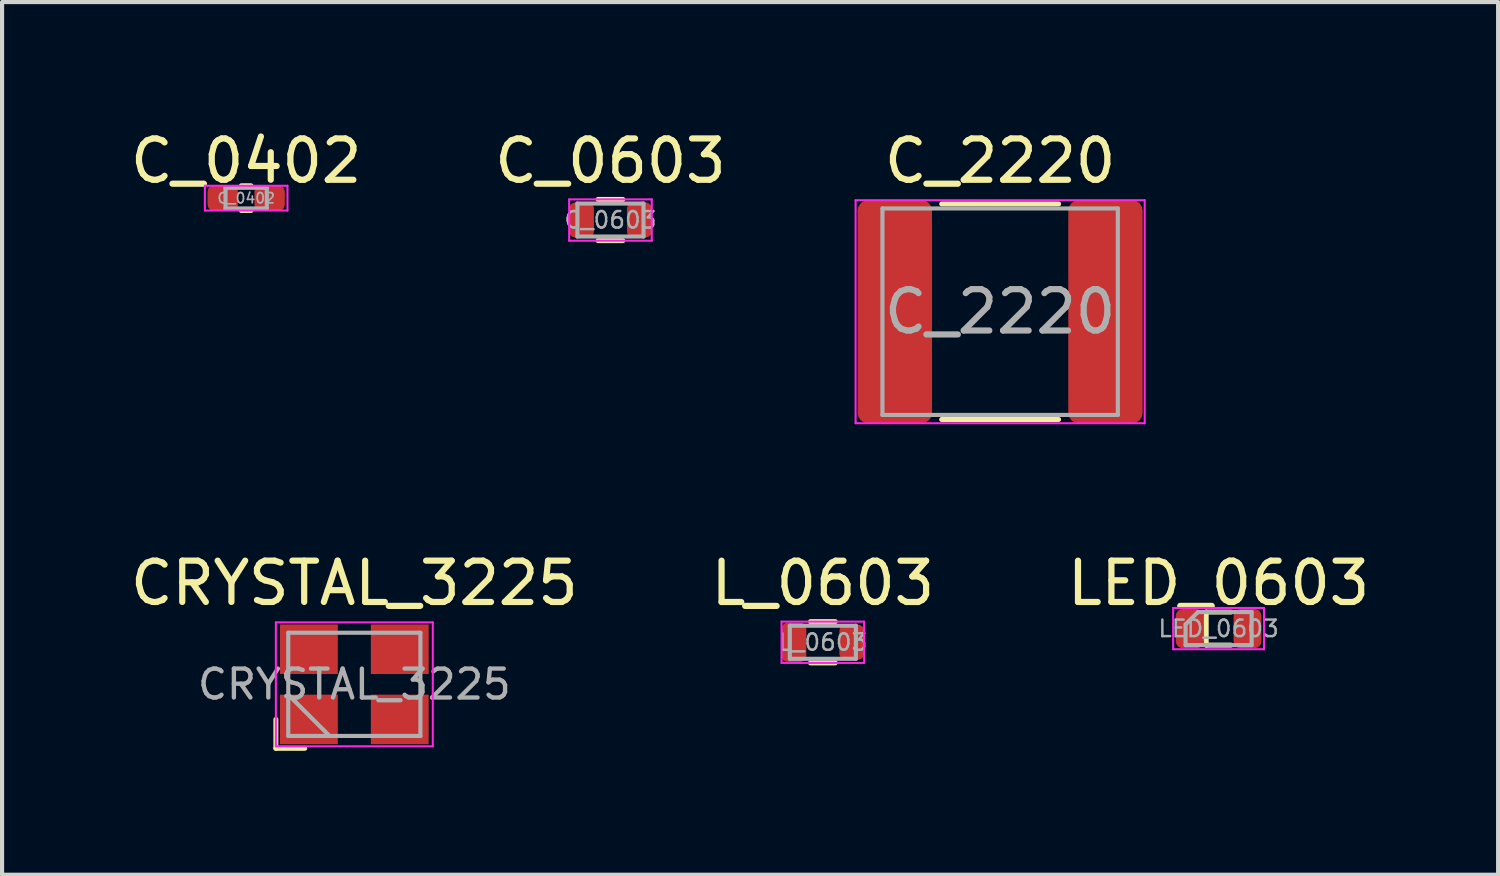
<source format=kicad_pcb>
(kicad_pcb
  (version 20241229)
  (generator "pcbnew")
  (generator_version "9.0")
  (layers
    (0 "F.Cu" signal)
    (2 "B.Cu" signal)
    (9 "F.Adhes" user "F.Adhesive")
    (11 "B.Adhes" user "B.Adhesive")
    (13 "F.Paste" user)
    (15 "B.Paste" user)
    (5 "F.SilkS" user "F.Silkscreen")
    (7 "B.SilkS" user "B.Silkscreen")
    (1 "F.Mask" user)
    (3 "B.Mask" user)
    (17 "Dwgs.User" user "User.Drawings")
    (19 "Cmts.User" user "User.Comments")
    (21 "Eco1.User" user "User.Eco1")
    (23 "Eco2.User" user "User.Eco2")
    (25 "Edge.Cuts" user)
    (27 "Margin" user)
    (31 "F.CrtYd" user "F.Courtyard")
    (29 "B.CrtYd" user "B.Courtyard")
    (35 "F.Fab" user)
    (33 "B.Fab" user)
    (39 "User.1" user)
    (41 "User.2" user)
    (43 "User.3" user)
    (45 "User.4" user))
  (footprint "C_0603"
    (layer "F.Cu")
    (at 11.732 2.278)
    (property "Reference" "C_0603" (at 0 -1.43 0) (layer "F.SilkS") (effects (font (size 1 1) (thickness 0.15))))
    (attr smd)
    (fp_line (start -0.3 -0.5) (end 0.3 -0.5) (stroke (width 0.12) (type solid)) (layer "F.SilkS"))
    (fp_line (start -0.3 0.5) (end 0.3 0.5) (stroke (width 0.12) (type solid)) (layer "F.SilkS"))
    (fp_line (start -1 -0.5) (end 1 -0.5) (stroke (width 0.05) (type solid)) (layer "F.CrtYd"))
    (fp_line (start -1 0.5) (end -1 -0.5) (stroke (width 0.05) (type solid)) (layer "F.CrtYd"))
    (fp_line (start 1 -0.5) (end 1 0.5) (stroke (width 0.05) (type solid)) (layer "F.CrtYd"))
    (fp_line (start 1 0.5) (end -1 0.5) (stroke (width 0.05) (type solid)) (layer "F.CrtYd"))
    (fp_line (start -0.8 -0.4) (end 0.8 -0.4) (stroke (width 0.1) (type solid)) (layer "F.Fab"))
    (fp_line (start -0.8 0.4) (end -0.8 -0.4) (stroke (width 0.1) (type solid)) (layer "F.Fab"))
    (fp_line (start 0.8 -0.4) (end 0.8 0.4) (stroke (width 0.1) (type solid)) (layer "F.Fab"))
    (fp_line (start 0.8 0.4) (end -0.8 0.4) (stroke (width 0.1) (type solid)) (layer "F.Fab"))
    (fp_text user "${REFERENCE}" (at 0 0 0) (layer "F.Fab") (effects (font (size 0.4 0.4) (thickness 0.06))))
    (pad "1" smd roundrect (at -0.7 0) (size 0.6 0.85) (layers "F.Cu" "F.Mask" "F.Paste") (roundrect_rratio 0.25))
    (pad "2" smd roundrect (at 0.7 0) (size 0.6 0.85) (layers "F.Cu" "F.Mask" "F.Paste") (roundrect_rratio 0.25)))
  (footprint "CRYSTAL_3225"
    (layer "F.Cu")
    (at 5.53 13.521)
    (property "Reference" "CRYSTAL_3225" (at 0 -2.45 0) (layer "F.SilkS") (effects (font (size 1 1) (thickness 0.15))))
    (attr smd)
    (fp_line (start -1.9 0.85) (end -1.9 1.55) (stroke (width 0.12) (type solid)) (layer "F.SilkS"))
    (fp_line (start -1.9 1.55) (end -1.2 1.55) (stroke (width 0.12) (type solid)) (layer "F.SilkS"))
    (fp_line (start -1.9 -1.5) (end -1.9 1.5) (stroke (width 0.05) (type solid)) (layer "F.CrtYd"))
    (fp_line (start -1.9 1.5) (end 1.9 1.5) (stroke (width 0.05) (type solid)) (layer "F.CrtYd"))
    (fp_line (start 1.9 -1.5) (end -1.9 -1.5) (stroke (width 0.05) (type solid)) (layer "F.CrtYd"))
    (fp_line (start 1.9 1.5) (end 1.9 -1.5) (stroke (width 0.05) (type solid)) (layer "F.CrtYd"))
    (fp_line (start -1.6 -1.25) (end -1.6 1.25) (stroke (width 0.1) (type solid)) (layer "F.Fab"))
    (fp_line (start -1.6 0.25) (end -0.6 1.25) (stroke (width 0.1) (type solid)) (layer "F.Fab"))
    (fp_line (start -1.6 1.25) (end 1.6 1.25) (stroke (width 0.1) (type solid)) (layer "F.Fab"))
    (fp_line (start 1.6 -1.25) (end -1.6 -1.25) (stroke (width 0.1) (type solid)) (layer "F.Fab"))
    (fp_line (start 1.6 1.25) (end 1.6 -1.25) (stroke (width 0.1) (type solid)) (layer "F.Fab"))
    (fp_text user "${REFERENCE}" (at 0 0 0) (layer "F.Fab") (effects (font (size 0.7 0.7) (thickness 0.105))))
    (pad "1" smd rect (at -1.1 0.85) (size 1.4 1.2) (layers "F.Cu" "F.Mask" "F.Paste"))
    (pad "2" smd rect (at 1.1 0.85) (size 1.4 1.2) (layers "F.Cu" "F.Mask" "F.Paste"))
    (pad "3" smd rect (at 1.1 -0.85) (size 1.4 1.2) (layers "F.Cu" "F.Mask" "F.Paste"))
    (pad "4" smd rect (at -1.1 -0.85) (size 1.4 1.2) (layers "F.Cu" "F.Mask" "F.Paste")))
  (footprint "L_0603"
    (layer "F.Cu")
    (at 16.875 12.502)
    (property "Reference" "L_0603" (at 0 -1.43 0) (layer "F.SilkS") (effects (font (size 1 1) (thickness 0.15))))
    (attr smd)
    (fp_line (start -0.3 -0.5) (end 0.3 -0.5) (stroke (width 0.12) (type solid)) (layer "F.SilkS"))
    (fp_line (start -0.3 0.5) (end 0.3 0.5) (stroke (width 0.12) (type solid)) (layer "F.SilkS"))
    (fp_line (start -1 -0.5) (end 1 -0.5) (stroke (width 0.05) (type solid)) (layer "F.CrtYd"))
    (fp_line (start -1 0.5) (end -1 -0.5) (stroke (width 0.05) (type solid)) (layer "F.CrtYd"))
    (fp_line (start 1 -0.5) (end 1 0.5) (stroke (width 0.05) (type solid)) (layer "F.CrtYd"))
    (fp_line (start 1 0.5) (end -1 0.5) (stroke (width 0.05) (type solid)) (layer "F.CrtYd"))
    (fp_line (start -0.8 -0.4) (end 0.8 -0.4) (stroke (width 0.1) (type solid)) (layer "F.Fab"))
    (fp_line (start -0.8 0.4) (end -0.8 -0.4) (stroke (width 0.1) (type solid)) (layer "F.Fab"))
    (fp_line (start 0.8 -0.4) (end 0.8 0.4) (stroke (width 0.1) (type solid)) (layer "F.Fab"))
    (fp_line (start 0.8 0.4) (end -0.8 0.4) (stroke (width 0.1) (type solid)) (layer "F.Fab"))
    (fp_text user "${REFERENCE}" (at 0 0 0) (layer "F.Fab") (effects (font (size 0.4 0.4) (thickness 0.06))))
    (pad "1" smd roundrect (at -0.7 0) (size 0.6 0.95) (layers "F.Cu" "F.Mask" "F.Paste") (roundrect_rratio 0.25))
    (pad "2" smd roundrect (at 0.7 0) (size 0.6 0.85) (layers "F.Cu" "F.Mask" "F.Paste") (roundrect_rratio 0.25)))
  (footprint "C_2220"
    (layer "F.Cu")
    (at 21.168 4.498)
    (property "Reference" "C_2220" (at 0 -3.65 0) (layer "F.SilkS") (effects (font (size 1 1) (thickness 0.15))))
    (attr smd)
    (fp_line (start -1.416 -2.61) (end 1.416 -2.61) (stroke (width 0.12) (type solid)) (layer "F.SilkS"))
    (fp_line (start -1.416 2.61) (end 1.416 2.61) (stroke (width 0.12) (type solid)) (layer "F.SilkS"))
    (fp_line (start -3.5 -2.7) (end 3.5 -2.7) (stroke (width 0.05) (type solid)) (layer "F.CrtYd"))
    (fp_line (start -3.5 2.7) (end -3.5 -2.7) (stroke (width 0.05) (type solid)) (layer "F.CrtYd"))
    (fp_line (start 3.5 -2.7) (end 3.5 2.7) (stroke (width 0.05) (type solid)) (layer "F.CrtYd"))
    (fp_line (start 3.5 2.7) (end -3.5 2.7) (stroke (width 0.05) (type solid)) (layer "F.CrtYd"))
    (fp_line (start -2.85 -2.5) (end 2.85 -2.5) (stroke (width 0.1) (type solid)) (layer "F.Fab"))
    (fp_line (start -2.85 2.5) (end -2.85 -2.5) (stroke (width 0.1) (type solid)) (layer "F.Fab"))
    (fp_line (start 2.85 -2.5) (end 2.85 2.5) (stroke (width 0.1) (type solid)) (layer "F.Fab"))
    (fp_line (start 2.85 2.5) (end -2.85 2.5) (stroke (width 0.1) (type solid)) (layer "F.Fab"))
    (fp_text user "${REFERENCE}" (at 0 0 0) (layer "F.Fab") (effects (font (size 1 1) (thickness 0.15))))
    (pad "1" smd roundrect (at -2.55 0) (size 1.8 5.4) (layers "F.Cu" "F.Mask" "F.Paste") (roundrect_rratio 0.139))
    (pad "2" smd roundrect (at 2.55 0) (size 1.8 5.4) (layers "F.Cu" "F.Mask" "F.Paste") (roundrect_rratio 0.139)))
  (footprint "LED_0603"
    (layer "F.Cu")
    (at 26.458 12.171)
    (property "Reference" "LED_0603" (at 0 -1.1 0) (layer "F.SilkS") (effects (font (size 1 1) (thickness 0.15))))
    (attr smd)
    (fp_line (start -0.3 -0.4) (end -0.3 0.4) (stroke (width 0.12) (type solid)) (layer "F.SilkS"))
    (fp_line (start -0.3 0.4) (end 0.3 0.4) (stroke (width 0.12) (type solid)) (layer "F.SilkS"))
    (fp_line (start 0.3 -0.4) (end -0.3 -0.4) (stroke (width 0.12) (type solid)) (layer "F.SilkS"))
    (fp_line (start -1.1 -0.5) (end 1.1 -0.5) (stroke (width 0.05) (type solid)) (layer "F.CrtYd"))
    (fp_line (start -1.1 0.5) (end -1.1 -0.5) (stroke (width 0.05) (type solid)) (layer "F.CrtYd"))
    (fp_line (start 1.1 -0.5) (end 1.1 0.5) (stroke (width 0.05) (type solid)) (layer "F.CrtYd"))
    (fp_line (start 1.1 0.5) (end -1.1 0.5) (stroke (width 0.05) (type solid)) (layer "F.CrtYd"))
    (fp_line (start -0.8 -0.1) (end -0.8 0.4) (stroke (width 0.1) (type solid)) (layer "F.Fab"))
    (fp_line (start -0.8 0.4) (end 0.8 0.4) (stroke (width 0.1) (type solid)) (layer "F.Fab"))
    (fp_line (start -0.5 -0.4) (end -0.8 -0.1) (stroke (width 0.1) (type solid)) (layer "F.Fab"))
    (fp_line (start 0.8 -0.4) (end -0.5 -0.4) (stroke (width 0.1) (type solid)) (layer "F.Fab"))
    (fp_line (start 0.8 0.4) (end 0.8 -0.4) (stroke (width 0.1) (type solid)) (layer "F.Fab"))
    (fp_text user "${REFERENCE}" (at 0 0 0) (layer "F.Fab") (effects (font (size 0.4 0.4) (thickness 0.06))))
    (pad "1" smd roundrect (at -0.7 0) (size 0.675 0.95) (layers "F.Cu" "F.Mask" "F.Paste") (roundrect_rratio 0.25))
    (pad "2" smd roundrect (at 0.7 0) (size 0.675 0.95) (layers "F.Cu" "F.Mask" "F.Paste") (roundrect_rratio 0.25)))
  (footprint "C_0402"
    (layer "F.Cu")
    (at 2.911 1.748)
    (property "Reference" "C_0402" (at 0 -0.9 0) (layer "F.SilkS") (effects (font (size 1 1) (thickness 0.15))))
    (attr smd)
    (fp_line (start -0.116 -0.3) (end 0.116 -0.3) (stroke (width 0.12) (type solid)) (layer "F.SilkS"))
    (fp_line (start -0.116 0.3) (end 0.116 0.3) (stroke (width 0.12) (type solid)) (layer "F.SilkS"))
    (fp_line (start -1 -0.3) (end 1 -0.3) (stroke (width 0.05) (type solid)) (layer "F.CrtYd"))
    (fp_line (start -1 0.3) (end -1 -0.3) (stroke (width 0.05) (type solid)) (layer "F.CrtYd"))
    (fp_line (start 1 -0.3) (end 1 0.3) (stroke (width 0.05) (type solid)) (layer "F.CrtYd"))
    (fp_line (start 1 0.3) (end -1 0.3) (stroke (width 0.05) (type solid)) (layer "F.CrtYd"))
    (fp_line (start -0.5 -0.25) (end 0.5 -0.25) (stroke (width 0.1) (type solid)) (layer "F.Fab"))
    (fp_line (start -0.5 0.25) (end -0.5 -0.25) (stroke (width 0.1) (type solid)) (layer "F.Fab"))
    (fp_line (start 0.5 -0.25) (end 0.5 0.25) (stroke (width 0.1) (type solid)) (layer "F.Fab"))
    (fp_line (start 0.5 0.25) (end -0.5 0.25) (stroke (width 0.1) (type solid)) (layer "F.Fab"))
    (fp_text user "${REFERENCE}" (at 0 0 0) (layer "F.Fab") (effects (font (size 0.25 0.25) (thickness 0.04))))
    (pad "1" smd roundrect (at -0.568 0) (size 0.735 0.62) (layers "F.Cu" "F.Mask" "F.Paste") (roundrect_rratio 0.25))
    (pad "2" smd roundrect (at 0.568 0) (size 0.735 0.62) (layers "F.Cu" "F.Mask" "F.Paste") (roundrect_rratio 0.25)))
  (gr_rect
    (start -3 -3)
    (end 33.226 18.131)
    (stroke (width 0.1) (type default))
    (fill no)
    (layer "Edge.Cuts")))
</source>
